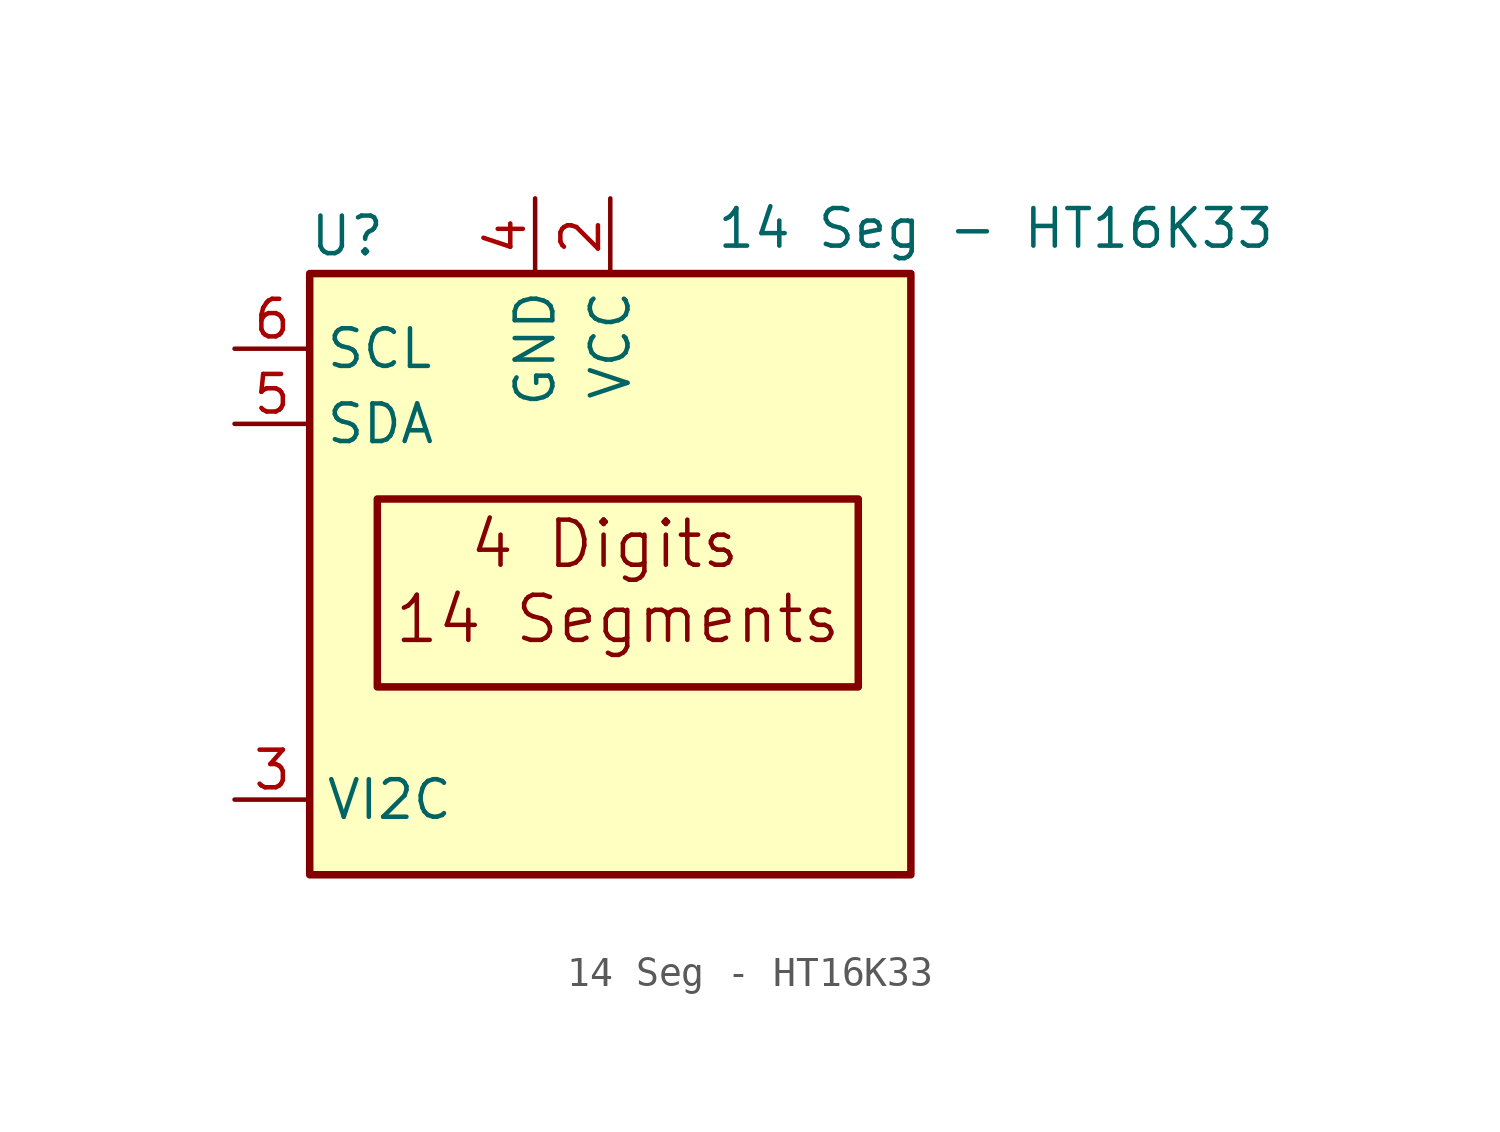
<source format=kicad_sym>
(kicad_symbol_lib
  (version 20211014)
  (generator kicad_symbol_editor)
  (symbol "14 Seg - HT16K33"
    (property "Reference" "U"
      (at -8.89 11.43 0)
      (effects (font (size 1.27 1.27))))
    (property "Value" "14 Seg - HT16K33"
      (at 3.556 11.684 0)
      (effects (font (size 1.27 1.27)) (justify left)))
    (symbol "14 Seg - HT16K33_0_0"
      (rectangle (start -7.874 2.54) (end 8.382 -3.81) (stroke (width 0.254) (type default) (color 0 0 0 0)) (fill (type none)))
      (text "14 Segments" (at -7.366 -1.524 0) (effects (font (size 1.524 1.524)) (justify left)))
      (text "4 Digits" (at -4.826 1.016 0) (effects (font (size 1.524 1.524)) (justify left))))
    (symbol "14 Seg - HT16K33_0_1"
      (rectangle (start -10.16 10.16) (end 10.16 -10.16) (stroke (width 0.254) (type default) (color 0 0 0 0)) (fill (type background))))
    (symbol "14 Seg - HT16K33_1_1"
      (pin power_in line (at 0 12.7 270) (length 2.54) (name "VCC" (effects (font (size 1.27 1.27)))) (number "2" (effects (font (size 1.27 1.27)))))
      (pin input line (at -12.7 -7.62 0) (length 2.54) (name "VI2C" (effects (font (size 1.27 1.27)))) (number "3" (effects (font (size 1.27 1.27)))))
      (pin power_in line (at -2.54 12.7 270) (length 2.54) (name "GND" (effects (font (size 1.27 1.27)))) (number "4" (effects (font (size 1.27 1.27)))))
      (pin bidirectional line (at -12.7 5.08 0) (length 2.54) (name "SDA" (effects (font (size 1.27 1.27)))) (number "5" (effects (font (size 1.27 1.27)))))
      (pin input line (at -12.7 7.62 0) (length 2.54) (name "SCL" (effects (font (size 1.27 1.27)))) (number "6" (effects (font (size 1.27 1.27))))))))
</source>
